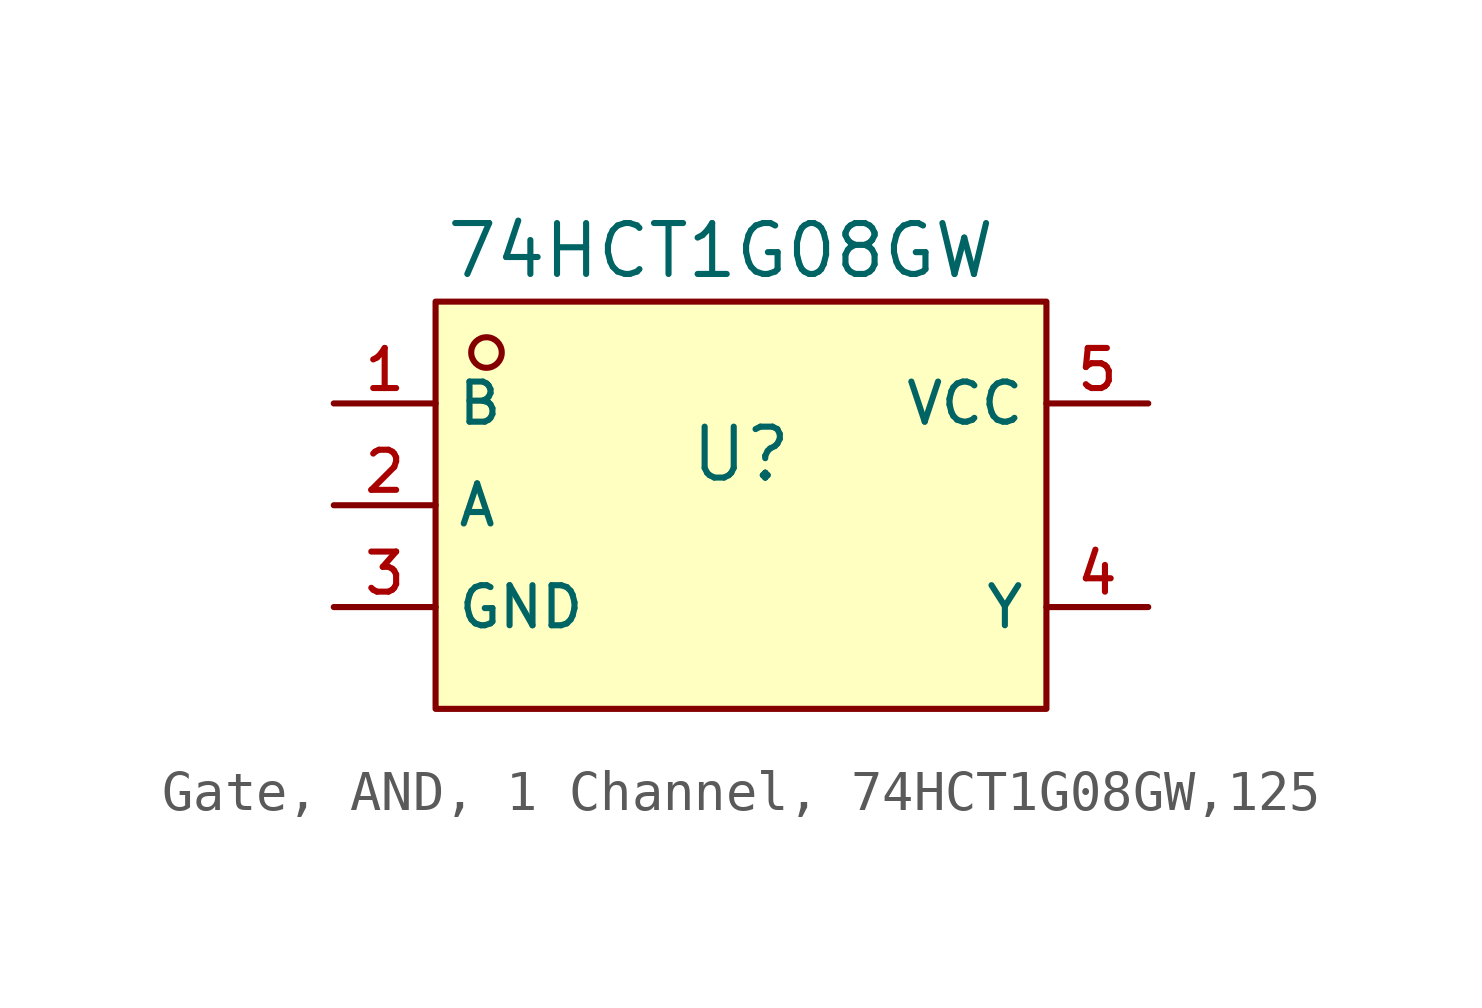
<source format=kicad_sym>
(kicad_symbol_lib
  (version 20231120)
  (generator "CDFER_Archive_Tool")
  (generator_version "0.0")
  (symbol "Gate, AND, 1 Channel, 74HCT1G08GW,125"
    (property "Reference" "U"
      (at 0 1.27 0)
      (effects (font (size 1.27 1.27))))
    (property "Value" "74HCT1G08GW"
      (at -0.508 6.35 0)
      (effects (font (size 1.27 1.27))))
    (symbol "Gate, AND, 1 Channel, 74HCT1G08GW,125_0_1"
      (rectangle (start -7.62 5.08) (end 7.62 -5.08) (stroke (width 0) (type default)) (fill (type background)))
      (circle (center -6.35 3.81) (radius 0.381) (stroke (width 0) (type default)) (fill (type background)))
      (pin unspecified line (at -10.16 2.54 0) (length 2.54) (name "B" (effects (font (size 1 1)))) (number "1" (effects (font (size 1 1)))))
      (pin unspecified line (at -10.16 0 0) (length 2.54) (name "A" (effects (font (size 1 1)))) (number "2" (effects (font (size 1 1)))))
      (pin unspecified line (at -10.16 -2.54 0) (length 2.54) (name "GND" (effects (font (size 1 1)))) (number "3" (effects (font (size 1 1)))))
      (pin unspecified line (at 10.16 -2.54 180) (length 2.54) (name "Y" (effects (font (size 1 1)))) (number "4" (effects (font (size 1 1)))))
      (pin unspecified line (at 10.16 2.54 180) (length 2.54) (name "VCC" (effects (font (size 1 1)))) (number "5" (effects (font (size 1 1))))))))
</source>
